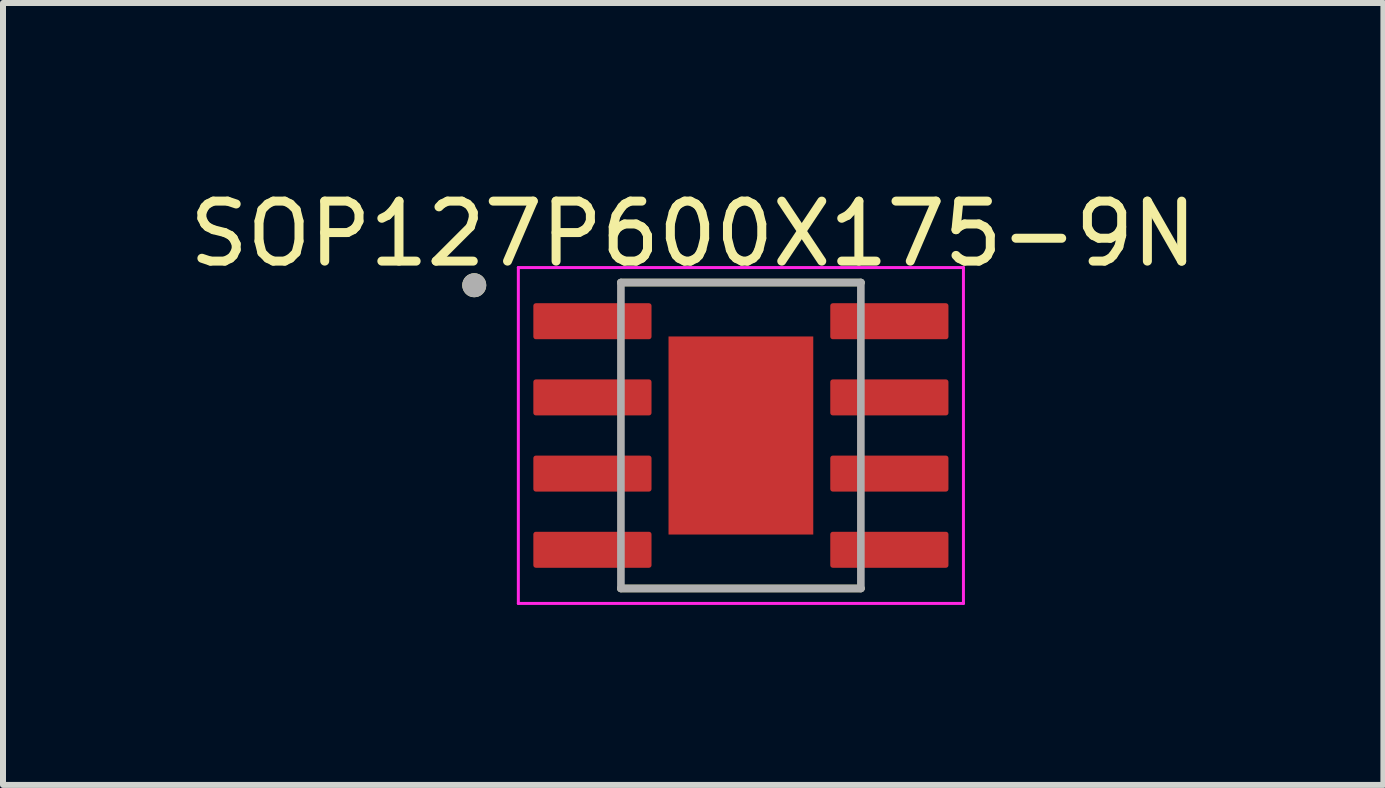
<source format=kicad_pcb>
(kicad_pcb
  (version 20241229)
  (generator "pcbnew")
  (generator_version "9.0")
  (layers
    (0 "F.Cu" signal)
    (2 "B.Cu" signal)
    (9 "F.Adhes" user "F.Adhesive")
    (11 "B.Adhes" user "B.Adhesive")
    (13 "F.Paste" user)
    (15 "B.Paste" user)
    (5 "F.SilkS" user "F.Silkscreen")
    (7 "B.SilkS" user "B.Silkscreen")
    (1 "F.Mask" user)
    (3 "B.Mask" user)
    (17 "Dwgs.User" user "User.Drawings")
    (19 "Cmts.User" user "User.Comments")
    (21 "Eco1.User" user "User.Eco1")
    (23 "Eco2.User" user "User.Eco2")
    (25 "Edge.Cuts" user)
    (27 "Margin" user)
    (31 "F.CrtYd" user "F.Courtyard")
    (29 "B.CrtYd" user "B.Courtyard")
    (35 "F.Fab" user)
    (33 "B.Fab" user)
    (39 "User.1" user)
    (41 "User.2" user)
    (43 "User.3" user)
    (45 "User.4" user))
  (footprint "SOP127P600X175-9N"
    (layer "F.Cu")
    (at 9.301 4.21)
    (property "Reference" "SOP127P600X175-9N" (at -0.795 -3.362 0) (layer "F.SilkS") (effects (font (size 1 1) (thickness 0.15))))
    (attr through_hole)
    (fp_line (start -2 -2.55) (end 2 -2.55) (stroke (width 0.127) (type solid)) (layer "F.SilkS"))
    (fp_line (start -2 2.55) (end 2 2.55) (stroke (width 0.127) (type solid)) (layer "F.SilkS"))
    (fp_circle (center -4.445 -2.505) (end -4.345 -2.505) (stroke (width 0.2) (type solid)) (fill no) (layer "F.SilkS"))
    (fp_poly (pts (xy -0.645 -0.82) (xy 0.645 -0.82) (xy 0.645 0.82) (xy -0.645 0.82)) (stroke (width 0.01) (type solid)) (fill yes) (layer "F.Paste"))
    (fp_line (start -3.71 -2.8) (end -3.71 2.8) (stroke (width 0.05) (type solid)) (layer "F.CrtYd"))
    (fp_line (start -3.71 -2.8) (end 3.71 -2.8) (stroke (width 0.05) (type solid)) (layer "F.CrtYd"))
    (fp_line (start -3.71 2.8) (end 3.71 2.8) (stroke (width 0.05) (type solid)) (layer "F.CrtYd"))
    (fp_line (start 3.71 -2.8) (end 3.71 2.8) (stroke (width 0.05) (type solid)) (layer "F.CrtYd"))
    (fp_line (start -2 -2.55) (end -2 2.55) (stroke (width 0.127) (type solid)) (layer "F.Fab"))
    (fp_line (start -2 -2.55) (end 2 -2.55) (stroke (width 0.127) (type solid)) (layer "F.Fab"))
    (fp_line (start -2 2.55) (end 2 2.55) (stroke (width 0.127) (type solid)) (layer "F.Fab"))
    (fp_line (start 2 -2.55) (end 2 2.55) (stroke (width 0.127) (type solid)) (layer "F.Fab"))
    (fp_circle (center -4.445 -2.505) (end -4.345 -2.505) (stroke (width 0.2) (type solid)) (fill no) (layer "F.Fab"))
    (pad "1" smd roundrect (at -2.475 -1.905) (size 1.97 0.6) (layers "F.Cu" "F.Mask" "F.Paste") (roundrect_rratio 0.07))
    (pad "2" smd roundrect (at -2.475 -0.635) (size 1.97 0.6) (layers "F.Cu" "F.Mask" "F.Paste") (roundrect_rratio 0.07))
    (pad "3" smd roundrect (at -2.475 0.635) (size 1.97 0.6) (layers "F.Cu" "F.Mask" "F.Paste") (roundrect_rratio 0.07))
    (pad "4" smd roundrect (at -2.475 1.905) (size 1.97 0.6) (layers "F.Cu" "F.Mask" "F.Paste") (roundrect_rratio 0.07))
    (pad "5" smd roundrect (at 2.475 1.905) (size 1.97 0.6) (layers "F.Cu" "F.Mask" "F.Paste") (roundrect_rratio 0.07))
    (pad "6" smd roundrect (at 2.475 0.635) (size 1.97 0.6) (layers "F.Cu" "F.Mask" "F.Paste") (roundrect_rratio 0.07))
    (pad "7" smd roundrect (at 2.475 -0.635) (size 1.97 0.6) (layers "F.Cu" "F.Mask" "F.Paste") (roundrect_rratio 0.07))
    (pad "8" smd roundrect (at 2.475 -1.905) (size 1.97 0.6) (layers "F.Cu" "F.Mask" "F.Paste") (roundrect_rratio 0.07))
    (pad "9" smd rect (at 0 0) (size 2.413 3.302) (layers "F.Cu" "F.Mask")))
  (gr_rect
    (start -3 -3)
    (end 20.012 10.035)
    (stroke (width 0.1) (type default))
    (fill no)
    (layer "Edge.Cuts")))
</source>
